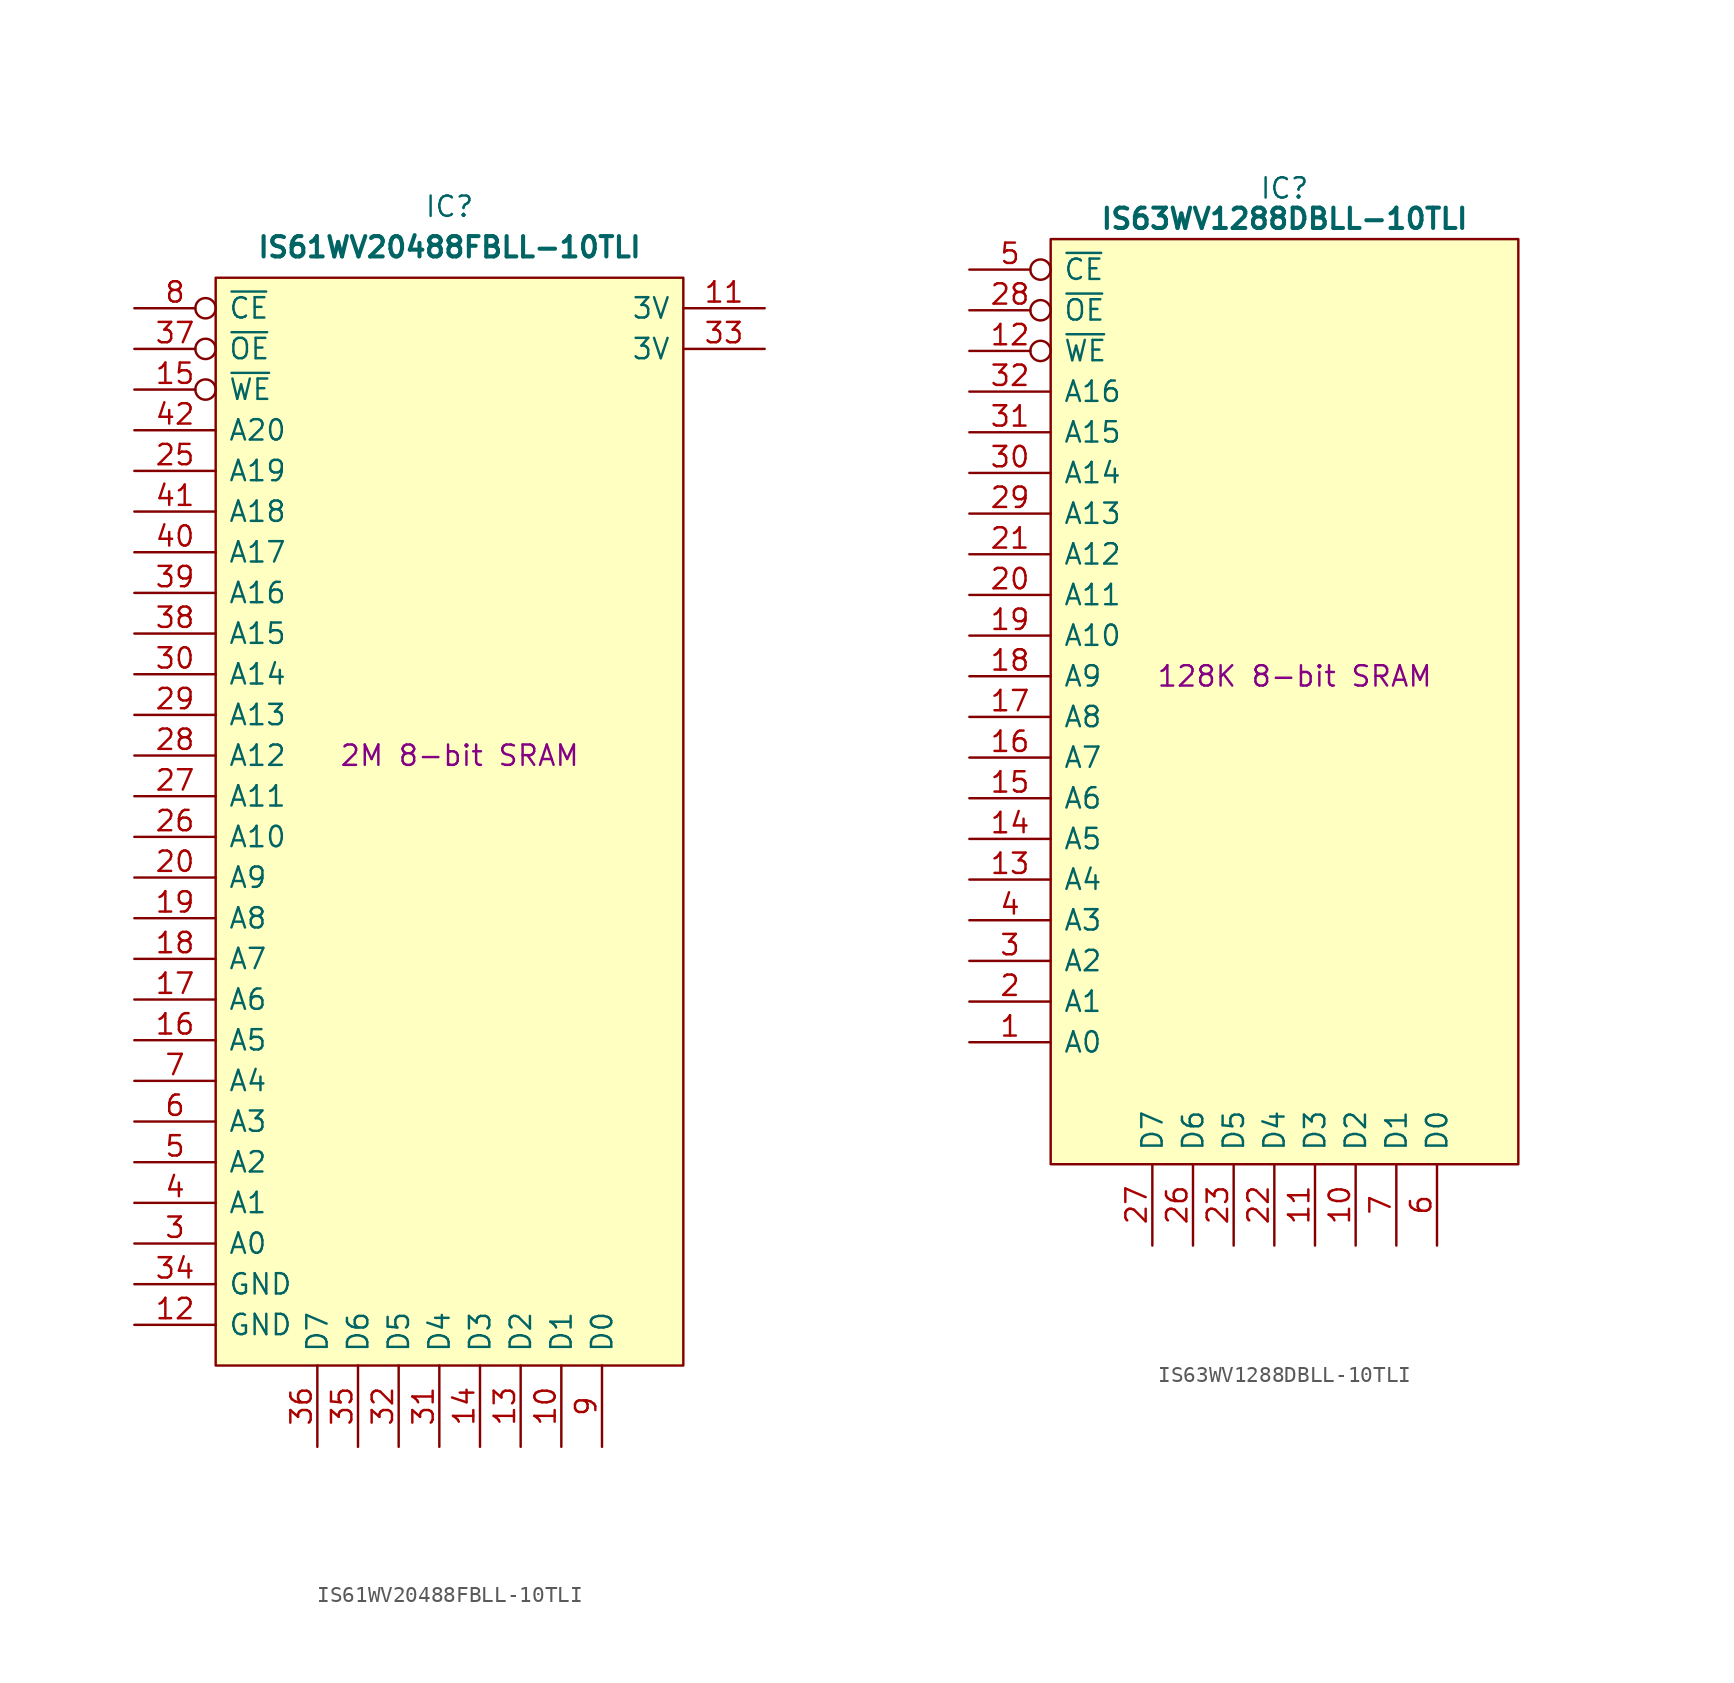
<source format=kicad_sym>
(kicad_symbol_lib
  (version 20241209)
  (generator "kicad_symbol_editor")
  (generator_version "9.0")
  (symbol "IS61WV20488FBLL-10TLI"
    (pin_names
      (offset 0.762))
    (property "Reference" "IC"
      (at 19.685 6.35 0)
      (effects (font (size 1.27 1.27))))
    (property "Value" "IS61WV20488FBLL-10TLI"
      (at 19.685 3.81 0)
      (effects (font (size 1.27 1.27) (bold yes))))
    (property "Description" "2M 8-bit SRAM"
      (at 20.32 -27.94 0)
      (effects (font (size 1.27 1.27))))
    (symbol "IS61WV20488FBLL-10TLI_0_0"
      (pin input inverted (at 0 0 0) (length 5.08) (name "~{CE}" (effects (font (size 1.27 1.27)))) (number "8" (effects (font (size 1.27 1.27)))))
      (pin input inverted (at 0 -2.54 0) (length 5.08) (name "~{OE}" (effects (font (size 1.27 1.27)))) (number "37" (effects (font (size 1.27 1.27)))))
      (pin input inverted (at 0 -5.08 0) (length 5.08) (name "~{WE}" (effects (font (size 1.27 1.27)))) (number "15" (effects (font (size 1.27 1.27)))))
      (pin input line (at 0 -7.62 0) (length 5.08) (name "A20" (effects (font (size 1.27 1.27)))) (number "42" (effects (font (size 1.27 1.27)))))
      (pin input line (at 0 -10.16 0) (length 5.08) (name "A19" (effects (font (size 1.27 1.27)))) (number "25" (effects (font (size 1.27 1.27)))))
      (pin input line (at 0 -12.7 0) (length 5.08) (name "A18" (effects (font (size 1.27 1.27)))) (number "41" (effects (font (size 1.27 1.27)))))
      (pin input line (at 0 -15.24 0) (length 5.08) (name "A17" (effects (font (size 1.27 1.27)))) (number "40" (effects (font (size 1.27 1.27)))))
      (pin input line (at 0 -17.78 0) (length 5.08) (name "A16" (effects (font (size 1.27 1.27)))) (number "39" (effects (font (size 1.27 1.27)))))
      (pin input line (at 0 -20.32 0) (length 5.08) (name "A15" (effects (font (size 1.27 1.27)))) (number "38" (effects (font (size 1.27 1.27)))))
      (pin input line (at 0 -22.86 0) (length 5.08) (name "A14" (effects (font (size 1.27 1.27)))) (number "30" (effects (font (size 1.27 1.27)))))
      (pin input line (at 0 -25.4 0) (length 5.08) (name "A13" (effects (font (size 1.27 1.27)))) (number "29" (effects (font (size 1.27 1.27)))))
      (pin input line (at 0 -27.94 0) (length 5.08) (name "A12" (effects (font (size 1.27 1.27)))) (number "28" (effects (font (size 1.27 1.27)))))
      (pin input line (at 0 -30.48 0) (length 5.08) (name "A11" (effects (font (size 1.27 1.27)))) (number "27" (effects (font (size 1.27 1.27)))))
      (pin input line (at 0 -33.02 0) (length 5.08) (name "A10" (effects (font (size 1.27 1.27)))) (number "26" (effects (font (size 1.27 1.27)))))
      (pin input line (at 0 -35.56 0) (length 5.08) (name "A9" (effects (font (size 1.27 1.27)))) (number "20" (effects (font (size 1.27 1.27)))))
      (pin input line (at 0 -38.1 0) (length 5.08) (name "A8" (effects (font (size 1.27 1.27)))) (number "19" (effects (font (size 1.27 1.27)))))
      (pin input line (at 0 -40.64 0) (length 5.08) (name "A7" (effects (font (size 1.27 1.27)))) (number "18" (effects (font (size 1.27 1.27)))))
      (pin input line (at 0 -43.18 0) (length 5.08) (name "A6" (effects (font (size 1.27 1.27)))) (number "17" (effects (font (size 1.27 1.27)))))
      (pin input line (at 0 -45.72 0) (length 5.08) (name "A5" (effects (font (size 1.27 1.27)))) (number "16" (effects (font (size 1.27 1.27)))))
      (pin input line (at 0 -48.26 0) (length 5.08) (name "A4" (effects (font (size 1.27 1.27)))) (number "7" (effects (font (size 1.27 1.27)))))
      (pin input line (at 0 -50.8 0) (length 5.08) (name "A3" (effects (font (size 1.27 1.27)))) (number "6" (effects (font (size 1.27 1.27)))))
      (pin input line (at 0 -53.34 0) (length 5.08) (name "A2" (effects (font (size 1.27 1.27)))) (number "5" (effects (font (size 1.27 1.27)))))
      (pin input line (at 0 -55.88 0) (length 5.08) (name "A1" (effects (font (size 1.27 1.27)))) (number "4" (effects (font (size 1.27 1.27)))))
      (pin input line (at 0 -58.42 0) (length 5.08) (name "A0" (effects (font (size 1.27 1.27)))) (number "3" (effects (font (size 1.27 1.27))))))
    (symbol "IS61WV20488FBLL-10TLI_0_1"
      (polyline (pts (xy 5.08 1.905) (xy 34.29 1.905) (xy 34.29 -66.04) (xy 5.08 -66.04) (xy 5.08 1.905)) (stroke (width 0.152) (type default)) (fill (type background))))
    (symbol "IS61WV20488FBLL-10TLI_1_0"
      (pin passive line (at 0 -60.96 0) (length 5.08) (name "GND" (effects (font (size 1.27 1.27)))) (number "34" (effects (font (size 1.27 1.27)))))
      (pin passive line (at 0 -63.5 0) (length 5.08) (name "GND" (effects (font (size 1.27 1.27)))) (number "12" (effects (font (size 1.27 1.27)))))
      (pin tri_state line (at 11.43 -71.12 90) (length 5.08) (name "D7" (effects (font (size 1.27 1.27)))) (number "36" (effects (font (size 1.27 1.27)))))
      (pin tri_state line (at 13.97 -71.12 90) (length 5.08) (name "D6" (effects (font (size 1.27 1.27)))) (number "35" (effects (font (size 1.27 1.27)))))
      (pin tri_state line (at 16.51 -71.12 90) (length 5.08) (name "D5" (effects (font (size 1.27 1.27)))) (number "32" (effects (font (size 1.27 1.27)))))
      (pin tri_state line (at 19.05 -71.12 90) (length 5.08) (name "D4" (effects (font (size 1.27 1.27)))) (number "31" (effects (font (size 1.27 1.27)))))
      (pin tri_state line (at 21.59 -71.12 90) (length 5.08) (name "D3" (effects (font (size 1.27 1.27)))) (number "14" (effects (font (size 1.27 1.27)))))
      (pin tri_state line (at 24.13 -71.12 90) (length 5.08) (name "D2" (effects (font (size 1.27 1.27)))) (number "13" (effects (font (size 1.27 1.27)))))
      (pin tri_state line (at 26.67 -71.12 90) (length 5.08) (name "D1" (effects (font (size 1.27 1.27)))) (number "10" (effects (font (size 1.27 1.27)))))
      (pin tri_state line (at 29.21 -71.12 90) (length 5.08) (name "D0" (effects (font (size 1.27 1.27)))) (number "9" (effects (font (size 1.27 1.27)))))
      (pin passive line (at 39.37 0 180) (length 5.08) (name "3V" (effects (font (size 1.27 1.27)))) (number "11" (effects (font (size 1.27 1.27)))))
      (pin passive line (at 39.37 -2.54 180) (length 5.08) (name "3V" (effects (font (size 1.27 1.27)))) (number "33" (effects (font (size 1.27 1.27)))))
      (pin no_connect line (at 39.37 -40.64 180) (length 5.08) (hide yes) (name "N.C." (effects (font (size 1.27 1.27)))) (number "1" (effects (font (size 1.27 1.27)))))
      (pin no_connect line (at 39.37 -43.18 180) (length 5.08) (hide yes) (name "N.C." (effects (font (size 1.27 1.27)))) (number "2" (effects (font (size 1.27 1.27)))))
      (pin no_connect line (at 39.37 -45.72 180) (length 5.08) (hide yes) (name "N.C." (effects (font (size 1.27 1.27)))) (number "21" (effects (font (size 1.27 1.27)))))
      (pin no_connect line (at 39.37 -48.26 180) (length 5.08) (hide yes) (name "N.C." (effects (font (size 1.27 1.27)))) (number "22" (effects (font (size 1.27 1.27)))))
      (pin no_connect line (at 39.37 -50.8 180) (length 5.08) (hide yes) (name "N.C." (effects (font (size 1.27 1.27)))) (number "44" (effects (font (size 1.27 1.27)))))
      (pin no_connect line (at 39.37 -53.34 180) (length 5.08) (hide yes) (name "N.C." (effects (font (size 1.27 1.27)))) (number "43" (effects (font (size 1.27 1.27)))))
      (pin no_connect line (at 39.37 -55.88 180) (length 5.08) (hide yes) (name "N.C." (effects (font (size 1.27 1.27)))) (number "24" (effects (font (size 1.27 1.27)))))
      (pin no_connect line (at 39.37 -58.42 180) (length 5.08) (hide yes) (name "N.C." (effects (font (size 1.27 1.27)))) (number "23" (effects (font (size 1.27 1.27)))))))
  (symbol "IS63WV1288DBLL-10TLI"
    (pin_names
      (offset 0.762))
    (property "Reference" "IC"
      (at 19.685 5.08 0)
      (effects (font (size 1.27 1.27))))
    (property "Value" "IS63WV1288DBLL-10TLI"
      (at 19.685 3.175 0)
      (effects (font (size 1.27 1.27) (bold yes))))
    (property "Description" "128K 8-bit SRAM"
      (at 20.32 -25.4 0)
      (effects (font (size 1.27 1.27))))
    (symbol "IS63WV1288DBLL-10TLI_0_0"
      (pin input inverted (at 0 -2.54 0) (length 5.08) (name "~{OE}" (effects (font (size 1.27 1.27)))) (number "28" (effects (font (size 1.27 1.27)))))
      (pin input inverted (at 0 -5.08 0) (length 5.08) (name "~{WE}" (effects (font (size 1.27 1.27)))) (number "12" (effects (font (size 1.27 1.27)))))
      (pin input line (at 0 -7.62 0) (length 5.08) (name "A16" (effects (font (size 1.27 1.27)))) (number "32" (effects (font (size 1.27 1.27)))))
      (pin input line (at 0 -10.16 0) (length 5.08) (name "A15" (effects (font (size 1.27 1.27)))) (number "31" (effects (font (size 1.27 1.27)))))
      (pin input line (at 0 -12.7 0) (length 5.08) (name "A14" (effects (font (size 1.27 1.27)))) (number "30" (effects (font (size 1.27 1.27)))))
      (pin input line (at 0 -15.24 0) (length 5.08) (name "A13" (effects (font (size 1.27 1.27)))) (number "29" (effects (font (size 1.27 1.27)))))
      (pin input line (at 0 -17.78 0) (length 5.08) (name "A12" (effects (font (size 1.27 1.27)))) (number "21" (effects (font (size 1.27 1.27)))))
      (pin input line (at 0 -20.32 0) (length 5.08) (name "A11" (effects (font (size 1.27 1.27)))) (number "20" (effects (font (size 1.27 1.27)))))
      (pin input line (at 0 -22.86 0) (length 5.08) (name "A10" (effects (font (size 1.27 1.27)))) (number "19" (effects (font (size 1.27 1.27)))))
      (pin input line (at 0 -25.4 0) (length 5.08) (name "A9" (effects (font (size 1.27 1.27)))) (number "18" (effects (font (size 1.27 1.27)))))
      (pin input line (at 0 -27.94 0) (length 5.08) (name "A8" (effects (font (size 1.27 1.27)))) (number "17" (effects (font (size 1.27 1.27)))))
      (pin input line (at 0 -30.48 0) (length 5.08) (name "A7" (effects (font (size 1.27 1.27)))) (number "16" (effects (font (size 1.27 1.27)))))
      (pin input line (at 0 -33.02 0) (length 5.08) (name "A6" (effects (font (size 1.27 1.27)))) (number "15" (effects (font (size 1.27 1.27)))))
      (pin input line (at 0 -35.56 0) (length 5.08) (name "A5" (effects (font (size 1.27 1.27)))) (number "14" (effects (font (size 1.27 1.27)))))
      (pin input line (at 0 -38.1 0) (length 5.08) (name "A4" (effects (font (size 1.27 1.27)))) (number "13" (effects (font (size 1.27 1.27)))))
      (pin input line (at 0 -40.64 0) (length 5.08) (name "A3" (effects (font (size 1.27 1.27)))) (number "4" (effects (font (size 1.27 1.27)))))
      (pin input line (at 0 -43.18 0) (length 5.08) (name "A2" (effects (font (size 1.27 1.27)))) (number "3" (effects (font (size 1.27 1.27)))))
      (pin input line (at 0 -45.72 0) (length 5.08) (name "A1" (effects (font (size 1.27 1.27)))) (number "2" (effects (font (size 1.27 1.27)))))
      (pin input line (at 0 -48.26 0) (length 5.08) (name "A0" (effects (font (size 1.27 1.27)))) (number "1" (effects (font (size 1.27 1.27)))))
      (pin tri_state line (at 11.43 -60.96 90) (length 5.08) (name "D7" (effects (font (size 1.27 1.27)))) (number "27" (effects (font (size 1.27 1.27)))))
      (pin tri_state line (at 13.97 -60.96 90) (length 5.08) (name "D6" (effects (font (size 1.27 1.27)))) (number "26" (effects (font (size 1.27 1.27)))))
      (pin tri_state line (at 16.51 -60.96 90) (length 5.08) (name "D5" (effects (font (size 1.27 1.27)))) (number "23" (effects (font (size 1.27 1.27)))))
      (pin tri_state line (at 19.05 -60.96 90) (length 5.08) (name "D4" (effects (font (size 1.27 1.27)))) (number "22" (effects (font (size 1.27 1.27)))))
      (pin tri_state line (at 21.59 -60.96 90) (length 5.08) (name "D3" (effects (font (size 1.27 1.27)))) (number "11" (effects (font (size 1.27 1.27)))))
      (pin tri_state line (at 24.13 -60.96 90) (length 5.08) (name "D2" (effects (font (size 1.27 1.27)))) (number "10" (effects (font (size 1.27 1.27)))))
      (pin tri_state line (at 26.67 -60.96 90) (length 5.08) (name "D1" (effects (font (size 1.27 1.27)))) (number "7" (effects (font (size 1.27 1.27))))))
    (symbol "IS63WV1288DBLL-10TLI_0_1"
      (polyline (pts (xy 5.08 1.905) (xy 34.29 1.905) (xy 34.29 -55.88) (xy 5.08 -55.88) (xy 5.08 1.905)) (stroke (width 0.152) (type default)) (fill (type background))))
    (symbol "IS63WV1288DBLL-10TLI_1_0"
      (pin input inverted (at 0 0 0) (length 5.08) (name "~{CE}" (effects (font (size 1.27 1.27)))) (number "5" (effects (font (size 1.27 1.27)))))
      (pin passive line (at 0 -50.8 0) (length 5.08) (hide yes) (name "GND" (effects (font (size 1.27 1.27)))) (number "25" (effects (font (size 1.27 1.27)))))
      (pin passive line (at 0 -53.34 0) (length 5.08) (hide yes) (name "GND" (effects (font (size 1.27 1.27)))) (number "9" (effects (font (size 1.27 1.27)))))
      (pin tri_state line (at 29.21 -60.96 90) (length 5.08) (name "D0" (effects (font (size 1.27 1.27)))) (number "6" (effects (font (size 1.27 1.27)))))
      (pin passive line (at 39.37 0 180) (length 5.08) (hide yes) (name "3V" (effects (font (size 1.27 1.27)))) (number "8" (effects (font (size 1.27 1.27)))))
      (pin passive line (at 39.37 -2.54 180) (length 5.08) (hide yes) (name "3V" (effects (font (size 1.27 1.27)))) (number "24" (effects (font (size 1.27 1.27))))))))
</source>
